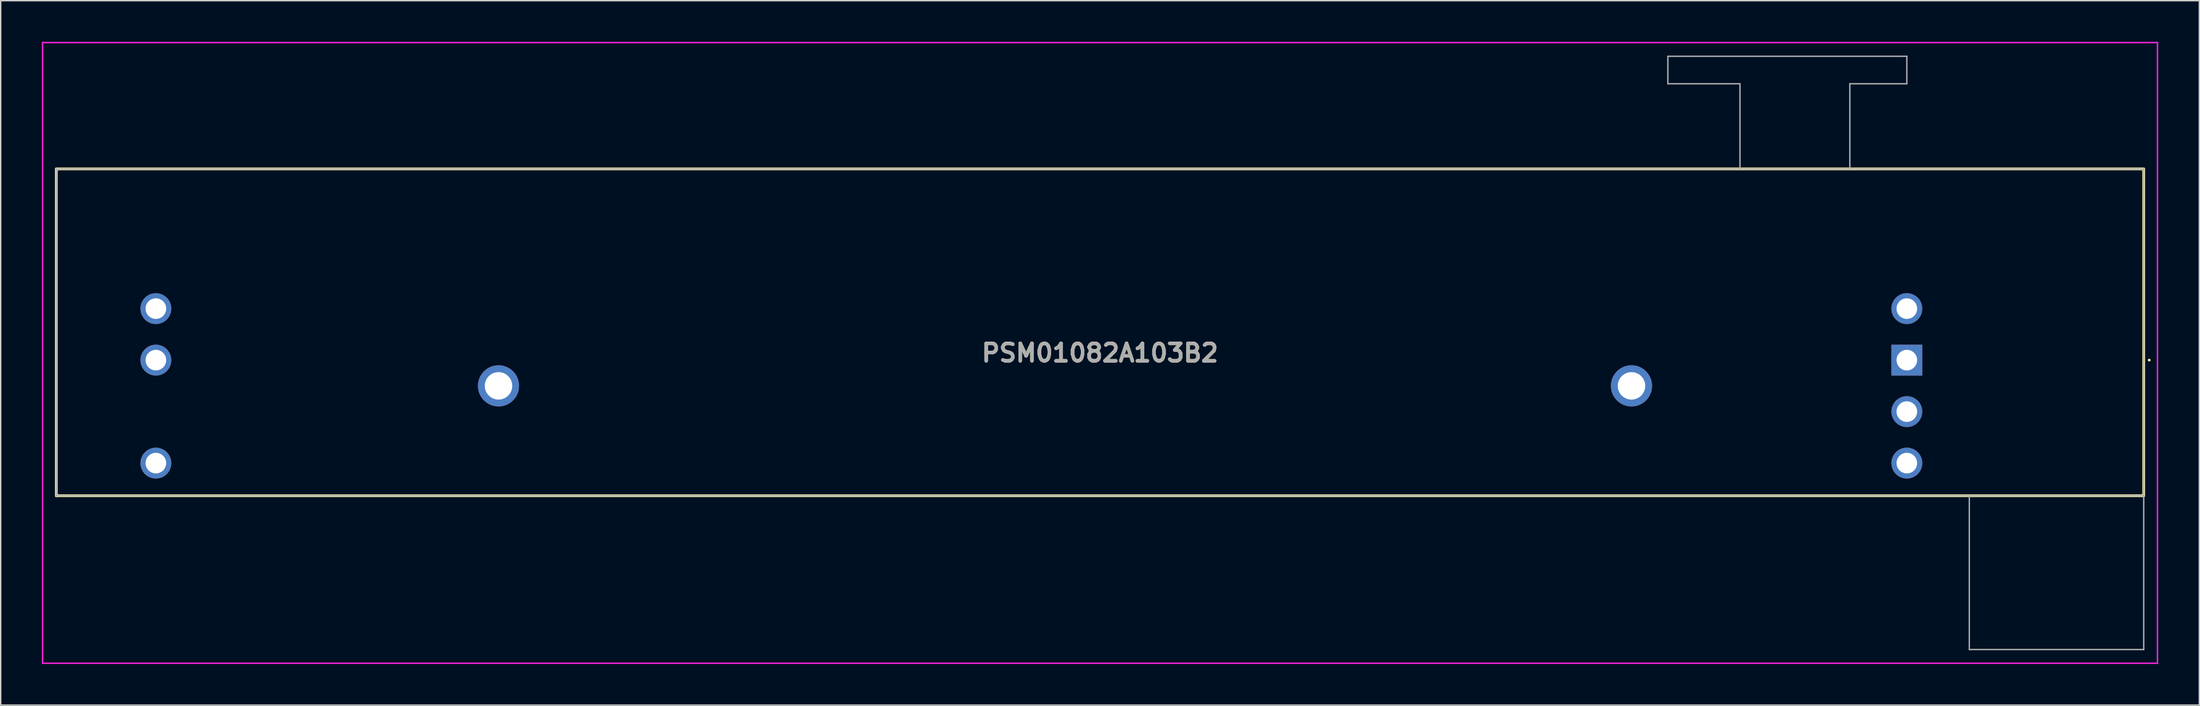
<source format=kicad_pcb>
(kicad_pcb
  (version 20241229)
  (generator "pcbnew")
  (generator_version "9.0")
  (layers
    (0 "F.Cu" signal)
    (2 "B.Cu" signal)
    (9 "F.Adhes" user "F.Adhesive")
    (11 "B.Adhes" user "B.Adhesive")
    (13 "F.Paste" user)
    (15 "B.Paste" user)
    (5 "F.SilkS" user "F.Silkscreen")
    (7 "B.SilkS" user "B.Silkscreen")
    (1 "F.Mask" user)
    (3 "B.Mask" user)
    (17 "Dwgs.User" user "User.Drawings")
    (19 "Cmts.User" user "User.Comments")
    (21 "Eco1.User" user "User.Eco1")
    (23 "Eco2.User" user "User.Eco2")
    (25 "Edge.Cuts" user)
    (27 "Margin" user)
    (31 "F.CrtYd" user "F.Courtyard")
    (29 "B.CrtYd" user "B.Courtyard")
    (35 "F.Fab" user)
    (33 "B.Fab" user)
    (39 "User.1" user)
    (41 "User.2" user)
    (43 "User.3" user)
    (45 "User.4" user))
  (footprint "PSM01082A103B2"
    (layer "F.Cu")
    (at 135.8 23.175)
    (property "Reference" "PSM01082A103B2" (at -58.75 -0.525 0) (layer "F.SilkS") (effects (font (size 1.27 1.27) (thickness 0.254))))
    (attr through_hole)
    (fp_line (start -134.75 -13.925) (end 17.25 -13.925) (stroke (width 0.2) (type solid)) (layer "F.SilkS"))
    (fp_line (start -134.75 9.875) (end -134.75 -13.925) (stroke (width 0.2) (type solid)) (layer "F.SilkS"))
    (fp_line (start 17.25 -13.925) (end 17.25 9.875) (stroke (width 0.2) (type solid)) (layer "F.SilkS"))
    (fp_line (start 17.25 9.875) (end -134.75 9.875) (stroke (width 0.2) (type solid)) (layer "F.SilkS"))
    (fp_line (start 17.6 0) (end 17.6 0) (stroke (width 0.1) (type solid)) (layer "F.SilkS"))
    (fp_line (start 17.7 0) (end 17.7 0) (stroke (width 0.1) (type solid)) (layer "F.SilkS"))
    (fp_arc (start 17.6 0) (mid 17.65 -0.05) (end 17.7 0) (stroke (width 0.1) (type solid)) (layer "F.SilkS"))
    (fp_arc (start 17.7 0) (mid 17.65 0.05) (end 17.6 0) (stroke (width 0.1) (type solid)) (layer "F.SilkS"))
    (fp_line (start -135.75 -23.125) (end 18.25 -23.125) (stroke (width 0.1) (type solid)) (layer "F.CrtYd"))
    (fp_line (start -135.75 22.075) (end -135.75 -23.125) (stroke (width 0.1) (type solid)) (layer "F.CrtYd"))
    (fp_line (start 18.25 -23.125) (end 18.25 22.075) (stroke (width 0.1) (type solid)) (layer "F.CrtYd"))
    (fp_line (start 18.25 22.075) (end -135.75 22.075) (stroke (width 0.1) (type solid)) (layer "F.CrtYd"))
    (fp_line (start -134.75 -13.925) (end 17.25 -13.925) (stroke (width 0.1) (type solid)) (layer "F.Fab"))
    (fp_line (start -134.75 9.875) (end -134.75 -13.925) (stroke (width 0.1) (type solid)) (layer "F.Fab"))
    (fp_line (start -17.4 -22.125) (end 0 -22.125) (stroke (width 0.1) (type solid)) (layer "F.Fab"))
    (fp_line (start -17.4 -20.125) (end -17.4 -22.125) (stroke (width 0.1) (type solid)) (layer "F.Fab"))
    (fp_line (start -12.15 -20.125) (end -17.4 -20.125) (stroke (width 0.1) (type solid)) (layer "F.Fab"))
    (fp_line (start -12.15 -13.925) (end -12.15 -20.125) (stroke (width 0.1) (type solid)) (layer "F.Fab"))
    (fp_line (start -4.15 -20.125) (end -4.15 -13.925) (stroke (width 0.1) (type solid)) (layer "F.Fab"))
    (fp_line (start 0 -22.125) (end 0 -20.125) (stroke (width 0.1) (type solid)) (layer "F.Fab"))
    (fp_line (start 0 -20.125) (end -4.15 -20.125) (stroke (width 0.1) (type solid)) (layer "F.Fab"))
    (fp_line (start 4.55 21.075) (end 4.55 9.875) (stroke (width 0.1) (type solid)) (layer "F.Fab"))
    (fp_line (start 17.25 -13.925) (end 17.25 9.875) (stroke (width 0.1) (type solid)) (layer "F.Fab"))
    (fp_line (start 17.25 9.875) (end -134.75 9.875) (stroke (width 0.1) (type solid)) (layer "F.Fab"))
    (fp_line (start 17.25 9.875) (end 17.25 21.075) (stroke (width 0.1) (type solid)) (layer "F.Fab"))
    (fp_line (start 17.25 21.075) (end 4.55 21.075) (stroke (width 0.1) (type solid)) (layer "F.Fab"))
    (fp_line (start 17.25 21.075) (end 17.25 21.075) (stroke (width 0.1) (type solid)) (layer "F.Fab"))
    (fp_text user "${REFERENCE}" (at -58.75 -0.525 0) (layer "F.Fab") (effects (font (size 1.27 1.27) (thickness 0.254))))
    (pad "A1" thru_hole rect (at 0 0) (size 2.25 2.25) (drill 1.5) (layers "*.Cu" "*.Mask"))
    (pad "A2" thru_hole circle (at 0 -3.75) (size 2.25 2.25) (drill 1.5) (layers "*.Cu" "*.Mask"))
    (pad "A3" thru_hole circle (at -127.5 -3.75) (size 2.25 2.25) (drill 1.5) (layers "*.Cu" "*.Mask"))
    (pad "B1" thru_hole circle (at 0 3.75) (size 2.25 2.25) (drill 1.5) (layers "*.Cu" "*.Mask"))
    (pad "B2" thru_hole circle (at 0 7.5) (size 2.25 2.25) (drill 1.5) (layers "*.Cu" "*.Mask"))
    (pad "B3" thru_hole circle (at -127.5 7.5) (size 2.25 2.25) (drill 1.5) (layers "*.Cu" "*.Mask"))
    (pad "MH1" thru_hole circle (at -20.05 1.875) (size 3 3) (drill 2) (layers "*.Cu" "*.Mask"))
    (pad "MH2" thru_hole circle (at -102.55 1.875) (size 3 3) (drill 2) (layers "*.Cu" "*.Mask"))
    (pad "T1" thru_hole circle (at -127.5 0) (size 2.25 2.25) (drill 1.5) (layers "*.Cu" "*.Mask")))
  (gr_rect
    (start -3 -3)
    (end 157.1 48.3)
    (stroke (width 0.1) (type default))
    (fill no)
    (layer "Edge.Cuts")))
</source>
